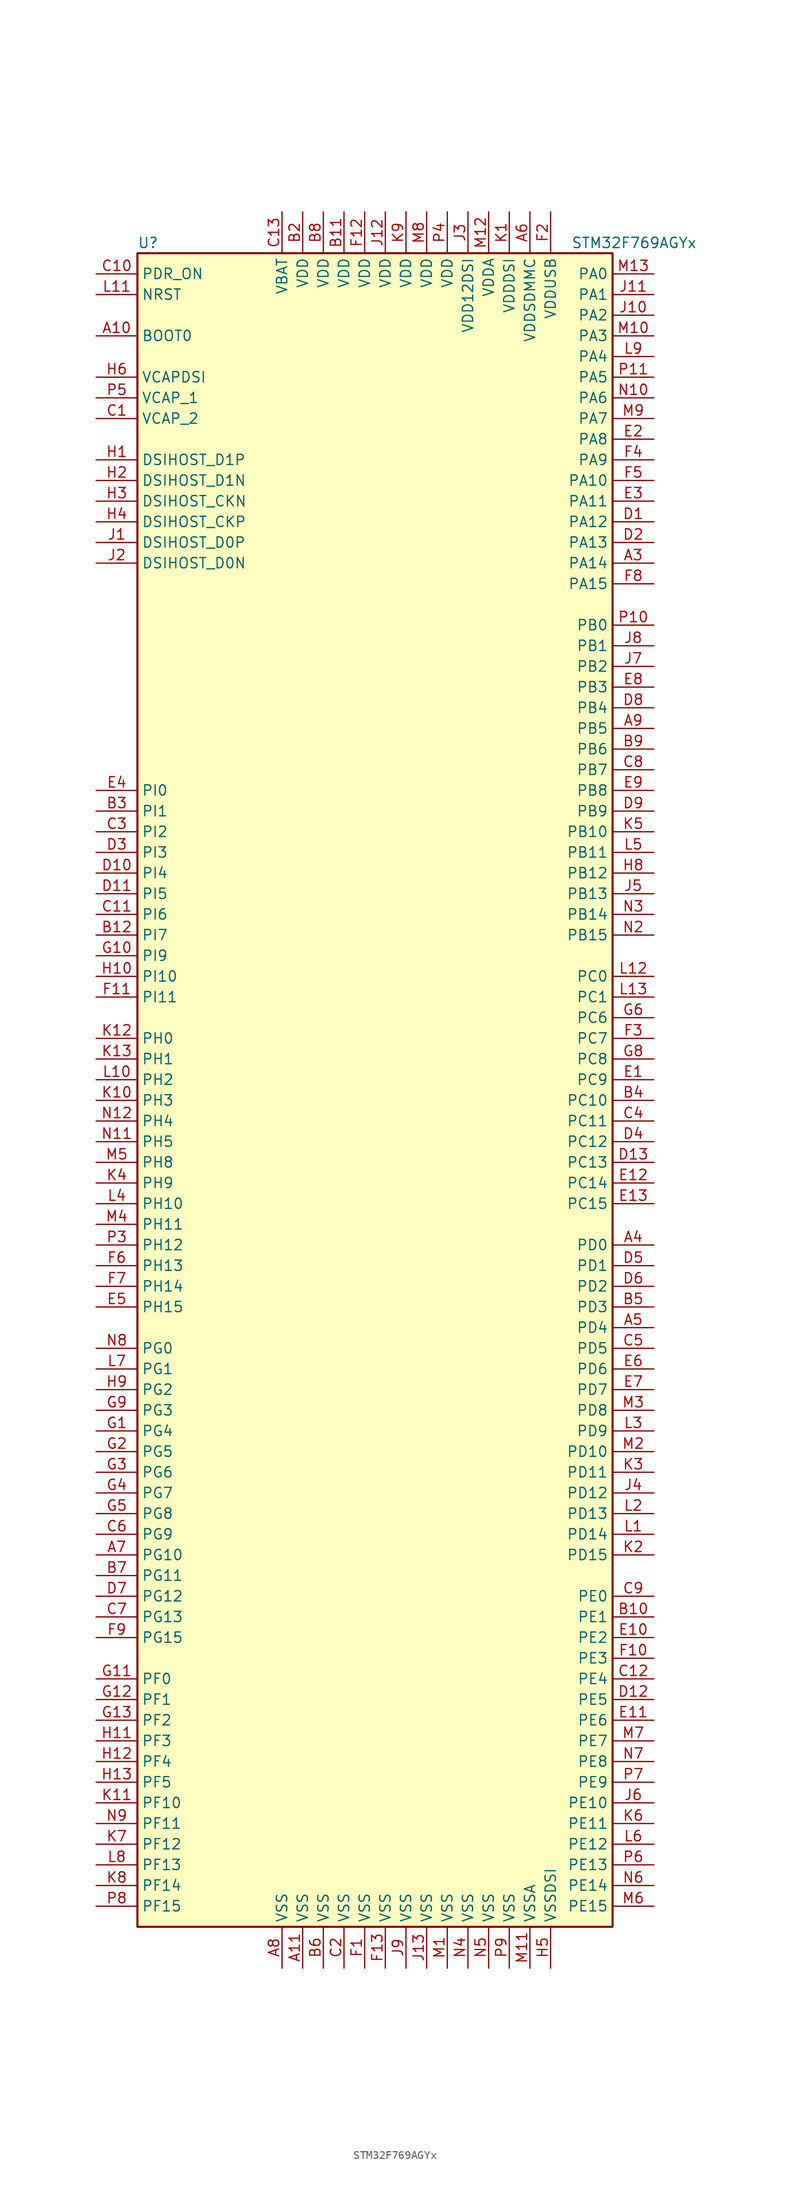
<source format=kicad_sym>
(kicad_symbol_lib
  (version 20201005)
  (generator kicad_symbol_editor)
  (symbol "STM32F769AGYx"
    (property "Reference" "U"
      (at -30.48 102.87 0)
      (effects (font (size 1.27 1.27)) (justify left)))
    (property "Value" "STM32F769AGYx"
      (at 22.86 102.87 0)
      (effects (font (size 1.27 1.27)) (justify left)))
    (symbol "STM32F769AGYx_0_1"
      (rectangle (start -30.48 -104.14) (end 27.94 101.6) (stroke (width 0.254)) (fill (type background))))
    (symbol "STM32F769AGYx_1_1"
      (pin input line (at -35.56 91.44 0) (length 5.08) (name "BOOT0" (effects (font (size 1.27 1.27)))) (number "A10" (effects (font (size 1.27 1.27)))))
      (pin bidirectional line (at -35.56 71.12 0) (length 5.08) (name "DSIHOST_CKN" (effects (font (size 1.27 1.27)))) (number "H3" (effects (font (size 1.27 1.27)))))
      (pin bidirectional line (at -35.56 68.58 0) (length 5.08) (name "DSIHOST_CKP" (effects (font (size 1.27 1.27)))) (number "H4" (effects (font (size 1.27 1.27)))))
      (pin bidirectional line (at -35.56 63.5 0) (length 5.08) (name "DSIHOST_D0N" (effects (font (size 1.27 1.27)))) (number "J2" (effects (font (size 1.27 1.27)))))
      (pin bidirectional line (at -35.56 66.04 0) (length 5.08) (name "DSIHOST_D0P" (effects (font (size 1.27 1.27)))) (number "J1" (effects (font (size 1.27 1.27)))))
      (pin bidirectional line (at -35.56 73.66 0) (length 5.08) (name "DSIHOST_D1N" (effects (font (size 1.27 1.27)))) (number "H2" (effects (font (size 1.27 1.27)))))
      (pin bidirectional line (at -35.56 76.2 0) (length 5.08) (name "DSIHOST_D1P" (effects (font (size 1.27 1.27)))) (number "H1" (effects (font (size 1.27 1.27)))))
      (pin no_connect line (at -30.48 -101.6 0) (length 5.08) hide (name "NC" (effects (font (size 1.27 1.27)))) (number "A1" (effects (font (size 1.27 1.27)))))
      (pin no_connect line (at -30.48 -96.52 0) (length 5.08) hide (name "NC" (effects (font (size 1.27 1.27)))) (number "A12" (effects (font (size 1.27 1.27)))))
      (pin no_connect line (at -30.48 -93.98 0) (length 5.08) hide (name "NC" (effects (font (size 1.27 1.27)))) (number "A13" (effects (font (size 1.27 1.27)))))
      (pin no_connect line (at -30.48 -99.06 0) (length 5.08) hide (name "NC" (effects (font (size 1.27 1.27)))) (number "A2" (effects (font (size 1.27 1.27)))))
      (pin no_connect line (at -30.48 -91.44 0) (length 5.08) hide (name "NC" (effects (font (size 1.27 1.27)))) (number "B1" (effects (font (size 1.27 1.27)))))
      (pin no_connect line (at -30.48 -88.9 0) (length 5.08) hide (name "NC" (effects (font (size 1.27 1.27)))) (number "B13" (effects (font (size 1.27 1.27)))))
      (pin no_connect line (at -30.48 -86.36 0) (length 5.08) hide (name "NC" (effects (font (size 1.27 1.27)))) (number "N1" (effects (font (size 1.27 1.27)))))
      (pin no_connect line (at -30.48 -83.82 0) (length 5.08) hide (name "NC" (effects (font (size 1.27 1.27)))) (number "N13" (effects (font (size 1.27 1.27)))))
      (pin no_connect line (at -30.48 -81.28 0) (length 5.08) hide (name "NC" (effects (font (size 1.27 1.27)))) (number "P1" (effects (font (size 1.27 1.27)))))
      (pin no_connect line (at -30.48 -76.2 0) (length 5.08) hide (name "NC" (effects (font (size 1.27 1.27)))) (number "P12" (effects (font (size 1.27 1.27)))))
      (pin no_connect line (at -30.48 -73.66 0) (length 5.08) hide (name "NC" (effects (font (size 1.27 1.27)))) (number "P13" (effects (font (size 1.27 1.27)))))
      (pin no_connect line (at -30.48 -78.74 0) (length 5.08) hide (name "NC" (effects (font (size 1.27 1.27)))) (number "P2" (effects (font (size 1.27 1.27)))))
      (pin input line (at -35.56 96.52 0) (length 5.08) (name "NRST" (effects (font (size 1.27 1.27)))) (number "L11" (effects (font (size 1.27 1.27)))))
      (pin bidirectional line (at 33.02 99.06 180) (length 5.08) (name "PA0" (effects (font (size 1.27 1.27)))) (number "M13" (effects (font (size 1.27 1.27)))))
      (pin bidirectional line (at 33.02 96.52 180) (length 5.08) (name "PA1" (effects (font (size 1.27 1.27)))) (number "J11" (effects (font (size 1.27 1.27)))))
      (pin bidirectional line (at 33.02 73.66 180) (length 5.08) (name "PA10" (effects (font (size 1.27 1.27)))) (number "F5" (effects (font (size 1.27 1.27)))))
      (pin bidirectional line (at 33.02 71.12 180) (length 5.08) (name "PA11" (effects (font (size 1.27 1.27)))) (number "E3" (effects (font (size 1.27 1.27)))))
      (pin bidirectional line (at 33.02 68.58 180) (length 5.08) (name "PA12" (effects (font (size 1.27 1.27)))) (number "D1" (effects (font (size 1.27 1.27)))))
      (pin bidirectional line (at 33.02 66.04 180) (length 5.08) (name "PA13" (effects (font (size 1.27 1.27)))) (number "D2" (effects (font (size 1.27 1.27)))))
      (pin bidirectional line (at 33.02 63.5 180) (length 5.08) (name "PA14" (effects (font (size 1.27 1.27)))) (number "A3" (effects (font (size 1.27 1.27)))))
      (pin bidirectional line (at 33.02 60.96 180) (length 5.08) (name "PA15" (effects (font (size 1.27 1.27)))) (number "F8" (effects (font (size 1.27 1.27)))))
      (pin bidirectional line (at 33.02 93.98 180) (length 5.08) (name "PA2" (effects (font (size 1.27 1.27)))) (number "J10" (effects (font (size 1.27 1.27)))))
      (pin bidirectional line (at 33.02 91.44 180) (length 5.08) (name "PA3" (effects (font (size 1.27 1.27)))) (number "M10" (effects (font (size 1.27 1.27)))))
      (pin bidirectional line (at 33.02 88.9 180) (length 5.08) (name "PA4" (effects (font (size 1.27 1.27)))) (number "L9" (effects (font (size 1.27 1.27)))))
      (pin bidirectional line (at 33.02 86.36 180) (length 5.08) (name "PA5" (effects (font (size 1.27 1.27)))) (number "P11" (effects (font (size 1.27 1.27)))))
      (pin bidirectional line (at 33.02 83.82 180) (length 5.08) (name "PA6" (effects (font (size 1.27 1.27)))) (number "N10" (effects (font (size 1.27 1.27)))))
      (pin bidirectional line (at 33.02 81.28 180) (length 5.08) (name "PA7" (effects (font (size 1.27 1.27)))) (number "M9" (effects (font (size 1.27 1.27)))))
      (pin bidirectional line (at 33.02 78.74 180) (length 5.08) (name "PA8" (effects (font (size 1.27 1.27)))) (number "E2" (effects (font (size 1.27 1.27)))))
      (pin bidirectional line (at 33.02 76.2 180) (length 5.08) (name "PA9" (effects (font (size 1.27 1.27)))) (number "F4" (effects (font (size 1.27 1.27)))))
      (pin bidirectional line (at 33.02 55.88 180) (length 5.08) (name "PB0" (effects (font (size 1.27 1.27)))) (number "P10" (effects (font (size 1.27 1.27)))))
      (pin bidirectional line (at 33.02 53.34 180) (length 5.08) (name "PB1" (effects (font (size 1.27 1.27)))) (number "J8" (effects (font (size 1.27 1.27)))))
      (pin bidirectional line (at 33.02 30.48 180) (length 5.08) (name "PB10" (effects (font (size 1.27 1.27)))) (number "K5" (effects (font (size 1.27 1.27)))))
      (pin bidirectional line (at 33.02 27.94 180) (length 5.08) (name "PB11" (effects (font (size 1.27 1.27)))) (number "L5" (effects (font (size 1.27 1.27)))))
      (pin bidirectional line (at 33.02 25.4 180) (length 5.08) (name "PB12" (effects (font (size 1.27 1.27)))) (number "H8" (effects (font (size 1.27 1.27)))))
      (pin bidirectional line (at 33.02 22.86 180) (length 5.08) (name "PB13" (effects (font (size 1.27 1.27)))) (number "J5" (effects (font (size 1.27 1.27)))))
      (pin bidirectional line (at 33.02 20.32 180) (length 5.08) (name "PB14" (effects (font (size 1.27 1.27)))) (number "N3" (effects (font (size 1.27 1.27)))))
      (pin bidirectional line (at 33.02 17.78 180) (length 5.08) (name "PB15" (effects (font (size 1.27 1.27)))) (number "N2" (effects (font (size 1.27 1.27)))))
      (pin bidirectional line (at 33.02 50.8 180) (length 5.08) (name "PB2" (effects (font (size 1.27 1.27)))) (number "J7" (effects (font (size 1.27 1.27)))))
      (pin bidirectional line (at 33.02 48.26 180) (length 5.08) (name "PB3" (effects (font (size 1.27 1.27)))) (number "E8" (effects (font (size 1.27 1.27)))))
      (pin bidirectional line (at 33.02 45.72 180) (length 5.08) (name "PB4" (effects (font (size 1.27 1.27)))) (number "D8" (effects (font (size 1.27 1.27)))))
      (pin bidirectional line (at 33.02 43.18 180) (length 5.08) (name "PB5" (effects (font (size 1.27 1.27)))) (number "A9" (effects (font (size 1.27 1.27)))))
      (pin bidirectional line (at 33.02 40.64 180) (length 5.08) (name "PB6" (effects (font (size 1.27 1.27)))) (number "B9" (effects (font (size 1.27 1.27)))))
      (pin bidirectional line (at 33.02 38.1 180) (length 5.08) (name "PB7" (effects (font (size 1.27 1.27)))) (number "C8" (effects (font (size 1.27 1.27)))))
      (pin bidirectional line (at 33.02 35.56 180) (length 5.08) (name "PB8" (effects (font (size 1.27 1.27)))) (number "E9" (effects (font (size 1.27 1.27)))))
      (pin bidirectional line (at 33.02 33.02 180) (length 5.08) (name "PB9" (effects (font (size 1.27 1.27)))) (number "D9" (effects (font (size 1.27 1.27)))))
      (pin bidirectional line (at 33.02 12.7 180) (length 5.08) (name "PC0" (effects (font (size 1.27 1.27)))) (number "L12" (effects (font (size 1.27 1.27)))))
      (pin bidirectional line (at 33.02 10.16 180) (length 5.08) (name "PC1" (effects (font (size 1.27 1.27)))) (number "L13" (effects (font (size 1.27 1.27)))))
      (pin bidirectional line (at 33.02 -2.54 180) (length 5.08) (name "PC10" (effects (font (size 1.27 1.27)))) (number "B4" (effects (font (size 1.27 1.27)))))
      (pin bidirectional line (at 33.02 -5.08 180) (length 5.08) (name "PC11" (effects (font (size 1.27 1.27)))) (number "C4" (effects (font (size 1.27 1.27)))))
      (pin bidirectional line (at 33.02 -7.62 180) (length 5.08) (name "PC12" (effects (font (size 1.27 1.27)))) (number "D4" (effects (font (size 1.27 1.27)))))
      (pin bidirectional line (at 33.02 -10.16 180) (length 5.08) (name "PC13" (effects (font (size 1.27 1.27)))) (number "D13" (effects (font (size 1.27 1.27)))))
      (pin bidirectional line (at 33.02 -12.7 180) (length 5.08) (name "PC14" (effects (font (size 1.27 1.27)))) (number "E12" (effects (font (size 1.27 1.27)))))
      (pin bidirectional line (at 33.02 -15.24 180) (length 5.08) (name "PC15" (effects (font (size 1.27 1.27)))) (number "E13" (effects (font (size 1.27 1.27)))))
      (pin bidirectional line (at 33.02 7.62 180) (length 5.08) (name "PC6" (effects (font (size 1.27 1.27)))) (number "G6" (effects (font (size 1.27 1.27)))))
      (pin bidirectional line (at 33.02 5.08 180) (length 5.08) (name "PC7" (effects (font (size 1.27 1.27)))) (number "F3" (effects (font (size 1.27 1.27)))))
      (pin bidirectional line (at 33.02 2.54 180) (length 5.08) (name "PC8" (effects (font (size 1.27 1.27)))) (number "G8" (effects (font (size 1.27 1.27)))))
      (pin bidirectional line (at 33.02 0 180) (length 5.08) (name "PC9" (effects (font (size 1.27 1.27)))) (number "E1" (effects (font (size 1.27 1.27)))))
      (pin bidirectional line (at 33.02 -20.32 180) (length 5.08) (name "PD0" (effects (font (size 1.27 1.27)))) (number "A4" (effects (font (size 1.27 1.27)))))
      (pin bidirectional line (at 33.02 -22.86 180) (length 5.08) (name "PD1" (effects (font (size 1.27 1.27)))) (number "D5" (effects (font (size 1.27 1.27)))))
      (pin bidirectional line (at 33.02 -45.72 180) (length 5.08) (name "PD10" (effects (font (size 1.27 1.27)))) (number "M2" (effects (font (size 1.27 1.27)))))
      (pin bidirectional line (at 33.02 -48.26 180) (length 5.08) (name "PD11" (effects (font (size 1.27 1.27)))) (number "K3" (effects (font (size 1.27 1.27)))))
      (pin bidirectional line (at 33.02 -50.8 180) (length 5.08) (name "PD12" (effects (font (size 1.27 1.27)))) (number "J4" (effects (font (size 1.27 1.27)))))
      (pin bidirectional line (at 33.02 -53.34 180) (length 5.08) (name "PD13" (effects (font (size 1.27 1.27)))) (number "L2" (effects (font (size 1.27 1.27)))))
      (pin bidirectional line (at 33.02 -55.88 180) (length 5.08) (name "PD14" (effects (font (size 1.27 1.27)))) (number "L1" (effects (font (size 1.27 1.27)))))
      (pin bidirectional line (at 33.02 -58.42 180) (length 5.08) (name "PD15" (effects (font (size 1.27 1.27)))) (number "K2" (effects (font (size 1.27 1.27)))))
      (pin bidirectional line (at 33.02 -25.4 180) (length 5.08) (name "PD2" (effects (font (size 1.27 1.27)))) (number "D6" (effects (font (size 1.27 1.27)))))
      (pin bidirectional line (at 33.02 -27.94 180) (length 5.08) (name "PD3" (effects (font (size 1.27 1.27)))) (number "B5" (effects (font (size 1.27 1.27)))))
      (pin bidirectional line (at 33.02 -30.48 180) (length 5.08) (name "PD4" (effects (font (size 1.27 1.27)))) (number "A5" (effects (font (size 1.27 1.27)))))
      (pin bidirectional line (at 33.02 -33.02 180) (length 5.08) (name "PD5" (effects (font (size 1.27 1.27)))) (number "C5" (effects (font (size 1.27 1.27)))))
      (pin bidirectional line (at 33.02 -35.56 180) (length 5.08) (name "PD6" (effects (font (size 1.27 1.27)))) (number "E6" (effects (font (size 1.27 1.27)))))
      (pin bidirectional line (at 33.02 -38.1 180) (length 5.08) (name "PD7" (effects (font (size 1.27 1.27)))) (number "E7" (effects (font (size 1.27 1.27)))))
      (pin bidirectional line (at 33.02 -40.64 180) (length 5.08) (name "PD8" (effects (font (size 1.27 1.27)))) (number "M3" (effects (font (size 1.27 1.27)))))
      (pin bidirectional line (at 33.02 -43.18 180) (length 5.08) (name "PD9" (effects (font (size 1.27 1.27)))) (number "L3" (effects (font (size 1.27 1.27)))))
      (pin input line (at -35.56 99.06 0) (length 5.08) (name "PDR_ON" (effects (font (size 1.27 1.27)))) (number "C10" (effects (font (size 1.27 1.27)))))
      (pin bidirectional line (at 33.02 -63.5 180) (length 5.08) (name "PE0" (effects (font (size 1.27 1.27)))) (number "C9" (effects (font (size 1.27 1.27)))))
      (pin bidirectional line (at 33.02 -66.04 180) (length 5.08) (name "PE1" (effects (font (size 1.27 1.27)))) (number "B10" (effects (font (size 1.27 1.27)))))
      (pin bidirectional line (at 33.02 -88.9 180) (length 5.08) (name "PE10" (effects (font (size 1.27 1.27)))) (number "J6" (effects (font (size 1.27 1.27)))))
      (pin bidirectional line (at 33.02 -91.44 180) (length 5.08) (name "PE11" (effects (font (size 1.27 1.27)))) (number "K6" (effects (font (size 1.27 1.27)))))
      (pin bidirectional line (at 33.02 -93.98 180) (length 5.08) (name "PE12" (effects (font (size 1.27 1.27)))) (number "L6" (effects (font (size 1.27 1.27)))))
      (pin bidirectional line (at 33.02 -96.52 180) (length 5.08) (name "PE13" (effects (font (size 1.27 1.27)))) (number "P6" (effects (font (size 1.27 1.27)))))
      (pin bidirectional line (at 33.02 -99.06 180) (length 5.08) (name "PE14" (effects (font (size 1.27 1.27)))) (number "N6" (effects (font (size 1.27 1.27)))))
      (pin bidirectional line (at 33.02 -101.6 180) (length 5.08) (name "PE15" (effects (font (size 1.27 1.27)))) (number "M6" (effects (font (size 1.27 1.27)))))
      (pin bidirectional line (at 33.02 -68.58 180) (length 5.08) (name "PE2" (effects (font (size 1.27 1.27)))) (number "E10" (effects (font (size 1.27 1.27)))))
      (pin bidirectional line (at 33.02 -71.12 180) (length 5.08) (name "PE3" (effects (font (size 1.27 1.27)))) (number "F10" (effects (font (size 1.27 1.27)))))
      (pin bidirectional line (at 33.02 -73.66 180) (length 5.08) (name "PE4" (effects (font (size 1.27 1.27)))) (number "C12" (effects (font (size 1.27 1.27)))))
      (pin bidirectional line (at 33.02 -76.2 180) (length 5.08) (name "PE5" (effects (font (size 1.27 1.27)))) (number "D12" (effects (font (size 1.27 1.27)))))
      (pin bidirectional line (at 33.02 -78.74 180) (length 5.08) (name "PE6" (effects (font (size 1.27 1.27)))) (number "E11" (effects (font (size 1.27 1.27)))))
      (pin bidirectional line (at 33.02 -81.28 180) (length 5.08) (name "PE7" (effects (font (size 1.27 1.27)))) (number "M7" (effects (font (size 1.27 1.27)))))
      (pin bidirectional line (at 33.02 -83.82 180) (length 5.08) (name "PE8" (effects (font (size 1.27 1.27)))) (number "N7" (effects (font (size 1.27 1.27)))))
      (pin bidirectional line (at 33.02 -86.36 180) (length 5.08) (name "PE9" (effects (font (size 1.27 1.27)))) (number "P7" (effects (font (size 1.27 1.27)))))
      (pin bidirectional line (at -35.56 -73.66 0) (length 5.08) (name "PF0" (effects (font (size 1.27 1.27)))) (number "G11" (effects (font (size 1.27 1.27)))))
      (pin bidirectional line (at -35.56 -76.2 0) (length 5.08) (name "PF1" (effects (font (size 1.27 1.27)))) (number "G12" (effects (font (size 1.27 1.27)))))
      (pin bidirectional line (at -35.56 -88.9 0) (length 5.08) (name "PF10" (effects (font (size 1.27 1.27)))) (number "K11" (effects (font (size 1.27 1.27)))))
      (pin bidirectional line (at -35.56 -91.44 0) (length 5.08) (name "PF11" (effects (font (size 1.27 1.27)))) (number "N9" (effects (font (size 1.27 1.27)))))
      (pin bidirectional line (at -35.56 -93.98 0) (length 5.08) (name "PF12" (effects (font (size 1.27 1.27)))) (number "K7" (effects (font (size 1.27 1.27)))))
      (pin bidirectional line (at -35.56 -96.52 0) (length 5.08) (name "PF13" (effects (font (size 1.27 1.27)))) (number "L8" (effects (font (size 1.27 1.27)))))
      (pin bidirectional line (at -35.56 -99.06 0) (length 5.08) (name "PF14" (effects (font (size 1.27 1.27)))) (number "K8" (effects (font (size 1.27 1.27)))))
      (pin bidirectional line (at -35.56 -101.6 0) (length 5.08) (name "PF15" (effects (font (size 1.27 1.27)))) (number "P8" (effects (font (size 1.27 1.27)))))
      (pin bidirectional line (at -35.56 -78.74 0) (length 5.08) (name "PF2" (effects (font (size 1.27 1.27)))) (number "G13" (effects (font (size 1.27 1.27)))))
      (pin bidirectional line (at -35.56 -81.28 0) (length 5.08) (name "PF3" (effects (font (size 1.27 1.27)))) (number "H11" (effects (font (size 1.27 1.27)))))
      (pin bidirectional line (at -35.56 -83.82 0) (length 5.08) (name "PF4" (effects (font (size 1.27 1.27)))) (number "H12" (effects (font (size 1.27 1.27)))))
      (pin bidirectional line (at -35.56 -86.36 0) (length 5.08) (name "PF5" (effects (font (size 1.27 1.27)))) (number "H13" (effects (font (size 1.27 1.27)))))
      (pin bidirectional line (at -35.56 -33.02 0) (length 5.08) (name "PG0" (effects (font (size 1.27 1.27)))) (number "N8" (effects (font (size 1.27 1.27)))))
      (pin bidirectional line (at -35.56 -35.56 0) (length 5.08) (name "PG1" (effects (font (size 1.27 1.27)))) (number "L7" (effects (font (size 1.27 1.27)))))
      (pin bidirectional line (at -35.56 -58.42 0) (length 5.08) (name "PG10" (effects (font (size 1.27 1.27)))) (number "A7" (effects (font (size 1.27 1.27)))))
      (pin bidirectional line (at -35.56 -60.96 0) (length 5.08) (name "PG11" (effects (font (size 1.27 1.27)))) (number "B7" (effects (font (size 1.27 1.27)))))
      (pin bidirectional line (at -35.56 -63.5 0) (length 5.08) (name "PG12" (effects (font (size 1.27 1.27)))) (number "D7" (effects (font (size 1.27 1.27)))))
      (pin bidirectional line (at -35.56 -66.04 0) (length 5.08) (name "PG13" (effects (font (size 1.27 1.27)))) (number "C7" (effects (font (size 1.27 1.27)))))
      (pin bidirectional line (at -35.56 -68.58 0) (length 5.08) (name "PG15" (effects (font (size 1.27 1.27)))) (number "F9" (effects (font (size 1.27 1.27)))))
      (pin bidirectional line (at -35.56 -38.1 0) (length 5.08) (name "PG2" (effects (font (size 1.27 1.27)))) (number "H9" (effects (font (size 1.27 1.27)))))
      (pin bidirectional line (at -35.56 -40.64 0) (length 5.08) (name "PG3" (effects (font (size 1.27 1.27)))) (number "G9" (effects (font (size 1.27 1.27)))))
      (pin bidirectional line (at -35.56 -43.18 0) (length 5.08) (name "PG4" (effects (font (size 1.27 1.27)))) (number "G1" (effects (font (size 1.27 1.27)))))
      (pin bidirectional line (at -35.56 -45.72 0) (length 5.08) (name "PG5" (effects (font (size 1.27 1.27)))) (number "G2" (effects (font (size 1.27 1.27)))))
      (pin bidirectional line (at -35.56 -48.26 0) (length 5.08) (name "PG6" (effects (font (size 1.27 1.27)))) (number "G3" (effects (font (size 1.27 1.27)))))
      (pin bidirectional line (at -35.56 -50.8 0) (length 5.08) (name "PG7" (effects (font (size 1.27 1.27)))) (number "G4" (effects (font (size 1.27 1.27)))))
      (pin bidirectional line (at -35.56 -53.34 0) (length 5.08) (name "PG8" (effects (font (size 1.27 1.27)))) (number "G5" (effects (font (size 1.27 1.27)))))
      (pin bidirectional line (at -35.56 -55.88 0) (length 5.08) (name "PG9" (effects (font (size 1.27 1.27)))) (number "C6" (effects (font (size 1.27 1.27)))))
      (pin input line (at -35.56 5.08 0) (length 5.08) (name "PH0" (effects (font (size 1.27 1.27)))) (number "K12" (effects (font (size 1.27 1.27)))))
      (pin input line (at -35.56 2.54 0) (length 5.08) (name "PH1" (effects (font (size 1.27 1.27)))) (number "K13" (effects (font (size 1.27 1.27)))))
      (pin bidirectional line (at -35.56 -15.24 0) (length 5.08) (name "PH10" (effects (font (size 1.27 1.27)))) (number "L4" (effects (font (size 1.27 1.27)))))
      (pin bidirectional line (at -35.56 -17.78 0) (length 5.08) (name "PH11" (effects (font (size 1.27 1.27)))) (number "M4" (effects (font (size 1.27 1.27)))))
      (pin bidirectional line (at -35.56 -20.32 0) (length 5.08) (name "PH12" (effects (font (size 1.27 1.27)))) (number "P3" (effects (font (size 1.27 1.27)))))
      (pin bidirectional line (at -35.56 -22.86 0) (length 5.08) (name "PH13" (effects (font (size 1.27 1.27)))) (number "F6" (effects (font (size 1.27 1.27)))))
      (pin bidirectional line (at -35.56 -25.4 0) (length 5.08) (name "PH14" (effects (font (size 1.27 1.27)))) (number "F7" (effects (font (size 1.27 1.27)))))
      (pin bidirectional line (at -35.56 -27.94 0) (length 5.08) (name "PH15" (effects (font (size 1.27 1.27)))) (number "E5" (effects (font (size 1.27 1.27)))))
      (pin bidirectional line (at -35.56 0 0) (length 5.08) (name "PH2" (effects (font (size 1.27 1.27)))) (number "L10" (effects (font (size 1.27 1.27)))))
      (pin bidirectional line (at -35.56 -2.54 0) (length 5.08) (name "PH3" (effects (font (size 1.27 1.27)))) (number "K10" (effects (font (size 1.27 1.27)))))
      (pin bidirectional line (at -35.56 -5.08 0) (length 5.08) (name "PH4" (effects (font (size 1.27 1.27)))) (number "N12" (effects (font (size 1.27 1.27)))))
      (pin bidirectional line (at -35.56 -7.62 0) (length 5.08) (name "PH5" (effects (font (size 1.27 1.27)))) (number "N11" (effects (font (size 1.27 1.27)))))
      (pin bidirectional line (at -35.56 -10.16 0) (length 5.08) (name "PH8" (effects (font (size 1.27 1.27)))) (number "M5" (effects (font (size 1.27 1.27)))))
      (pin bidirectional line (at -35.56 -12.7 0) (length 5.08) (name "PH9" (effects (font (size 1.27 1.27)))) (number "K4" (effects (font (size 1.27 1.27)))))
      (pin bidirectional line (at -35.56 35.56 0) (length 5.08) (name "PI0" (effects (font (size 1.27 1.27)))) (number "E4" (effects (font (size 1.27 1.27)))))
      (pin bidirectional line (at -35.56 33.02 0) (length 5.08) (name "PI1" (effects (font (size 1.27 1.27)))) (number "B3" (effects (font (size 1.27 1.27)))))
      (pin bidirectional line (at -35.56 12.7 0) (length 5.08) (name "PI10" (effects (font (size 1.27 1.27)))) (number "H10" (effects (font (size 1.27 1.27)))))
      (pin bidirectional line (at -35.56 10.16 0) (length 5.08) (name "PI11" (effects (font (size 1.27 1.27)))) (number "F11" (effects (font (size 1.27 1.27)))))
      (pin bidirectional line (at -35.56 30.48 0) (length 5.08) (name "PI2" (effects (font (size 1.27 1.27)))) (number "C3" (effects (font (size 1.27 1.27)))))
      (pin bidirectional line (at -35.56 27.94 0) (length 5.08) (name "PI3" (effects (font (size 1.27 1.27)))) (number "D3" (effects (font (size 1.27 1.27)))))
      (pin bidirectional line (at -35.56 25.4 0) (length 5.08) (name "PI4" (effects (font (size 1.27 1.27)))) (number "D10" (effects (font (size 1.27 1.27)))))
      (pin bidirectional line (at -35.56 22.86 0) (length 5.08) (name "PI5" (effects (font (size 1.27 1.27)))) (number "D11" (effects (font (size 1.27 1.27)))))
      (pin bidirectional line (at -35.56 20.32 0) (length 5.08) (name "PI6" (effects (font (size 1.27 1.27)))) (number "C11" (effects (font (size 1.27 1.27)))))
      (pin bidirectional line (at -35.56 17.78 0) (length 5.08) (name "PI7" (effects (font (size 1.27 1.27)))) (number "B12" (effects (font (size 1.27 1.27)))))
      (pin bidirectional line (at -35.56 15.24 0) (length 5.08) (name "PI9" (effects (font (size 1.27 1.27)))) (number "G10" (effects (font (size 1.27 1.27)))))
      (pin power_in line (at -12.7 106.68 270) (length 5.08) (name "VBAT" (effects (font (size 1.27 1.27)))) (number "C13" (effects (font (size 1.27 1.27)))))
      (pin power_in line (at -35.56 86.36 0) (length 5.08) (name "VCAPDSI" (effects (font (size 1.27 1.27)))) (number "H6" (effects (font (size 1.27 1.27)))))
      (pin power_in line (at -35.56 83.82 0) (length 5.08) (name "VCAP_1" (effects (font (size 1.27 1.27)))) (number "P5" (effects (font (size 1.27 1.27)))))
      (pin power_in line (at -35.56 81.28 0) (length 5.08) (name "VCAP_2" (effects (font (size 1.27 1.27)))) (number "C1" (effects (font (size 1.27 1.27)))))
      (pin power_in line (at -5.08 106.68 270) (length 5.08) (name "VDD" (effects (font (size 1.27 1.27)))) (number "B11" (effects (font (size 1.27 1.27)))))
      (pin power_in line (at -10.16 106.68 270) (length 5.08) (name "VDD" (effects (font (size 1.27 1.27)))) (number "B2" (effects (font (size 1.27 1.27)))))
      (pin power_in line (at -7.62 106.68 270) (length 5.08) (name "VDD" (effects (font (size 1.27 1.27)))) (number "B8" (effects (font (size 1.27 1.27)))))
      (pin power_in line (at -2.54 106.68 270) (length 5.08) (name "VDD" (effects (font (size 1.27 1.27)))) (number "F12" (effects (font (size 1.27 1.27)))))
      (pin power_in line (at 0 106.68 270) (length 5.08) (name "VDD" (effects (font (size 1.27 1.27)))) (number "J12" (effects (font (size 1.27 1.27)))))
      (pin power_in line (at 2.54 106.68 270) (length 5.08) (name "VDD" (effects (font (size 1.27 1.27)))) (number "K9" (effects (font (size 1.27 1.27)))))
      (pin power_in line (at 5.08 106.68 270) (length 5.08) (name "VDD" (effects (font (size 1.27 1.27)))) (number "M8" (effects (font (size 1.27 1.27)))))
      (pin power_in line (at 7.62 106.68 270) (length 5.08) (name "VDD" (effects (font (size 1.27 1.27)))) (number "P4" (effects (font (size 1.27 1.27)))))
      (pin power_in line (at 10.16 106.68 270) (length 5.08) (name "VDD12DSI" (effects (font (size 1.27 1.27)))) (number "J3" (effects (font (size 1.27 1.27)))))
      (pin power_in line (at 12.7 106.68 270) (length 5.08) (name "VDDA" (effects (font (size 1.27 1.27)))) (number "M12" (effects (font (size 1.27 1.27)))))
      (pin power_in line (at 15.24 106.68 270) (length 5.08) (name "VDDDSI" (effects (font (size 1.27 1.27)))) (number "K1" (effects (font (size 1.27 1.27)))))
      (pin power_in line (at 17.78 106.68 270) (length 5.08) (name "VDDSDMMC" (effects (font (size 1.27 1.27)))) (number "A6" (effects (font (size 1.27 1.27)))))
      (pin power_in line (at 20.32 106.68 270) (length 5.08) (name "VDDUSB" (effects (font (size 1.27 1.27)))) (number "F2" (effects (font (size 1.27 1.27)))))
      (pin power_in line (at -10.16 -109.22 90) (length 5.08) (name "VSS" (effects (font (size 1.27 1.27)))) (number "A11" (effects (font (size 1.27 1.27)))))
      (pin power_in line (at -12.7 -109.22 90) (length 5.08) (name "VSS" (effects (font (size 1.27 1.27)))) (number "A8" (effects (font (size 1.27 1.27)))))
      (pin power_in line (at -7.62 -109.22 90) (length 5.08) (name "VSS" (effects (font (size 1.27 1.27)))) (number "B6" (effects (font (size 1.27 1.27)))))
      (pin power_in line (at -5.08 -109.22 90) (length 5.08) (name "VSS" (effects (font (size 1.27 1.27)))) (number "C2" (effects (font (size 1.27 1.27)))))
      (pin power_in line (at -2.54 -109.22 90) (length 5.08) (name "VSS" (effects (font (size 1.27 1.27)))) (number "F1" (effects (font (size 1.27 1.27)))))
      (pin power_in line (at 0 -109.22 90) (length 5.08) (name "VSS" (effects (font (size 1.27 1.27)))) (number "F13" (effects (font (size 1.27 1.27)))))
      (pin power_in line (at 5.08 -109.22 90) (length 5.08) (name "VSS" (effects (font (size 1.27 1.27)))) (number "J13" (effects (font (size 1.27 1.27)))))
      (pin power_in line (at 2.54 -109.22 90) (length 5.08) (name "VSS" (effects (font (size 1.27 1.27)))) (number "J9" (effects (font (size 1.27 1.27)))))
      (pin power_in line (at 7.62 -109.22 90) (length 5.08) (name "VSS" (effects (font (size 1.27 1.27)))) (number "M1" (effects (font (size 1.27 1.27)))))
      (pin power_in line (at 10.16 -109.22 90) (length 5.08) (name "VSS" (effects (font (size 1.27 1.27)))) (number "N4" (effects (font (size 1.27 1.27)))))
      (pin power_in line (at 12.7 -109.22 90) (length 5.08) (name "VSS" (effects (font (size 1.27 1.27)))) (number "N5" (effects (font (size 1.27 1.27)))))
      (pin power_in line (at 15.24 -109.22 90) (length 5.08) (name "VSS" (effects (font (size 1.27 1.27)))) (number "P9" (effects (font (size 1.27 1.27)))))
      (pin power_in line (at 17.78 -109.22 90) (length 5.08) (name "VSSA" (effects (font (size 1.27 1.27)))) (number "M11" (effects (font (size 1.27 1.27)))))
      (pin power_in line (at 20.32 -109.22 90) (length 5.08) (name "VSSDSI" (effects (font (size 1.27 1.27)))) (number "H5" (effects (font (size 1.27 1.27))))))))
</source>
